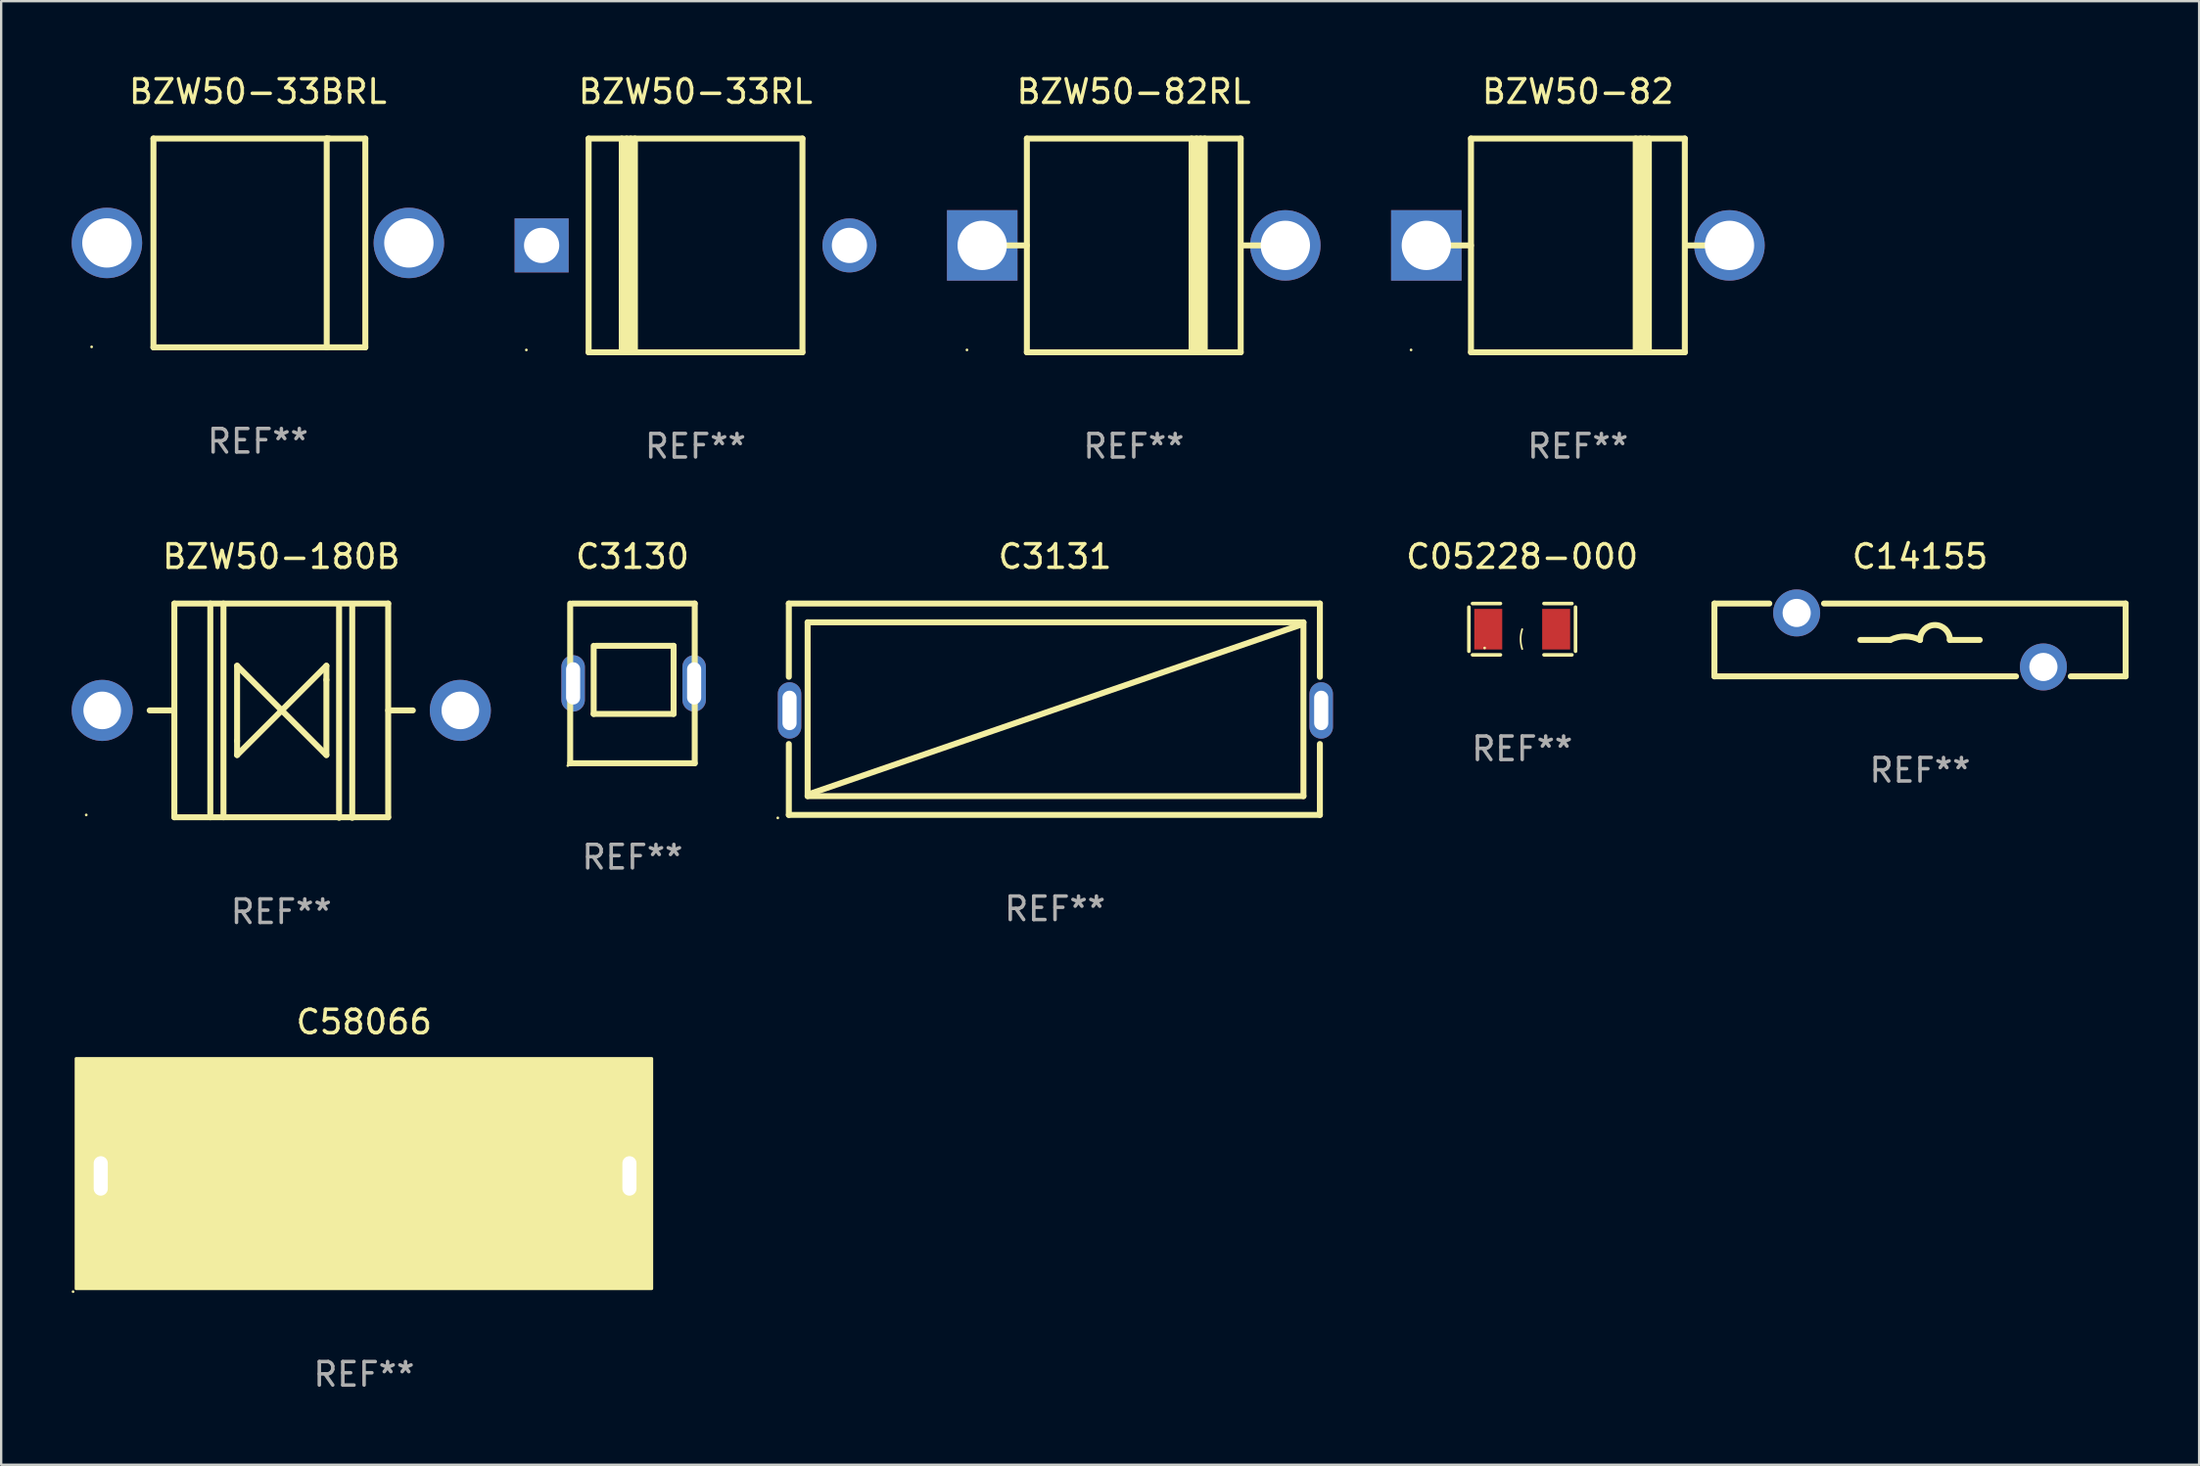
<source format=kicad_pcb>
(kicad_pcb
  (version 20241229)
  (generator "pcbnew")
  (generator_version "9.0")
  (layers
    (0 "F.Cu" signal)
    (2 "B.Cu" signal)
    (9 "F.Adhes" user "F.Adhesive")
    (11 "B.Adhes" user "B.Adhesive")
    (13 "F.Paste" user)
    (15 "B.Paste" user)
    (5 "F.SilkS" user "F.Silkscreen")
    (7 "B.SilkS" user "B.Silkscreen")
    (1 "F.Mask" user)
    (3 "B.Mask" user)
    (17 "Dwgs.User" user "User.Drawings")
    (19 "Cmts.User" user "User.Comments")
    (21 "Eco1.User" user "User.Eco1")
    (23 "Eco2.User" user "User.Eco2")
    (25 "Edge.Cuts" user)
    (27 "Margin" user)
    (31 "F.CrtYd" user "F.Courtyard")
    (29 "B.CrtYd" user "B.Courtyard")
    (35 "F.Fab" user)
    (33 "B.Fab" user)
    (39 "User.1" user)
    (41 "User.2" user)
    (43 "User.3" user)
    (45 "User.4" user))
  (footprint "C14155"
    (layer "F.Cu")
    (at 78.66 24.196)
    (property "Reference" "C14155" (at 0 -3.55 0) (layer "F.SilkS") (effects (font (size 1 1) (thickness 0.15))))
    (attr through_hole)
    (fp_line (start -8.75 -1.55) (end -6.414 -1.55) (stroke (width 0.254) (type solid)) (layer "F.SilkS"))
    (fp_line (start -8.75 1.55) (end -8.75 -1.55) (stroke (width 0.254) (type solid)) (layer "F.SilkS"))
    (fp_line (start -8.75 1.55) (end 4.086 1.55) (stroke (width 0.254) (type solid)) (layer "F.SilkS"))
    (fp_line (start -4.086 -1.55) (end 8.75 -1.55) (stroke (width 0.254) (type solid)) (layer "F.SilkS"))
    (fp_line (start -2.54 0) (end -1.27 0) (stroke (width 0.254) (type solid)) (layer "F.SilkS"))
    (fp_line (start 2.54 0) (end 1.27 0) (stroke (width 0.254) (type solid)) (layer "F.SilkS"))
    (fp_line (start 6.414 1.55) (end 8.75 1.55) (stroke (width 0.254) (type solid)) (layer "F.SilkS"))
    (fp_line (start 8.75 -1.55) (end 8.75 1.55) (stroke (width 0.254) (type solid)) (layer "F.SilkS"))
    (fp_arc (start -1.270003 0) (mid -0.635001 -0.149904) (end 0 0) (stroke (width 0.254001) (type solid)) (layer "F.SilkS"))
    (fp_arc (start -0.000001 0) (mid 0.635001 -0.635002) (end 1.270003 0) (stroke (width 0.254001) (type solid)) (layer "F.SilkS"))
    (fp_circle (center -8.75 -1.55) (end -8.72 -1.55) (stroke (width 0.06) (type solid)) (fill no) (layer "F.SilkS"))
    (fp_text user "REF**" (at 0 5.55 0) (layer "F.Fab") (effects (font (size 1 1) (thickness 0.15))))
    (pad "1" thru_hole circle (at -5.25 -1.15) (size 2 2) (drill 1.2) (layers "*.Cu" "*.Mask"))
    (pad "2" thru_hole circle (at 5.25 1.15) (size 2 2) (drill 1.2) (layers "*.Cu" "*.Mask")))
  (footprint "BZW50-82"
    (layer "F.Cu")
    (at 64.1 7.399)
    (property "Reference" "BZW50-82" (at 0 -6.551 0) (layer "F.SilkS") (effects (font (size 1 1) (thickness 0.15))))
    (attr through_hole)
    (fp_line (start -5.6 -0.001) (end -4.55 -0.001) (stroke (width 0.254) (type solid)) (layer "F.SilkS"))
    (fp_line (start -4.55 -4.551) (end -4.55 4.55) (stroke (width 0.254) (type solid)) (layer "F.SilkS"))
    (fp_line (start -4.55 -4.551) (end 4.55 -4.551) (stroke (width 0.254) (type solid)) (layer "F.SilkS"))
    (fp_line (start 2.46 4.55) (end 2.46 -4.551) (stroke (width 0.254) (type solid)) (layer "F.SilkS"))
    (fp_line (start 2.67 4.55) (end 2.67 -4.551) (stroke (width 0.254) (type solid)) (layer "F.SilkS"))
    (fp_line (start 2.841 4.551) (end 2.841 -4.55) (stroke (width 0.254) (type solid)) (layer "F.SilkS"))
    (fp_line (start 3.02 4.55) (end 3.02 -4.551) (stroke (width 0.254) (type solid)) (layer "F.SilkS"))
    (fp_line (start 4.55 4.55) (end 4.55 -4.551) (stroke (width 0.254) (type solid)) (layer "F.SilkS"))
    (fp_line (start 4.55 4.549) (end -4.55 4.549) (stroke (width 0.254) (type solid)) (layer "F.SilkS"))
    (fp_line (start 4.58 -0.001) (end 5.6 -0.001) (stroke (width 0.254) (type solid)) (layer "F.SilkS"))
    (fp_circle (center -7.1 4.449) (end -7.07 4.449) (stroke (width 0.06) (type solid)) (fill no) (layer "F.SilkS"))
    (fp_text user "REF**" (at 0 8.551 0) (layer "F.Fab") (effects (font (size 1 1) (thickness 0.15))))
    (pad "1" thru_hole rect (at -6.45 -0.001 180) (size 3 3) (drill 2.1) (layers "*.Cu" "*.Mask"))
    (pad "2" thru_hole circle (at 6.45 -0.001) (size 3 3) (drill 2.1) (layers "*.Cu" "*.Mask")))
  (footprint "BZW50-180B"
    (layer "F.Cu")
    (at 8.92 27.207)
    (property "Reference" "BZW50-180B" (at 0 -6.561 0) (layer "F.SilkS") (effects (font (size 1 1) (thickness 0.15))))
    (attr through_hole)
    (fp_line (start -4.58 -0.011) (end -5.6 -0.011) (stroke (width 0.254) (type solid)) (layer "F.SilkS"))
    (fp_line (start -4.55 -4.561) (end 4.55 -4.561) (stroke (width 0.254) (type solid)) (layer "F.SilkS"))
    (fp_line (start -4.55 -4.561) (end -4.55 4.539) (stroke (width 0.254) (type solid)) (layer "F.SilkS"))
    (fp_line (start -3.02 -4.561) (end -3.02 4.539) (stroke (width 0.254) (type solid)) (layer "F.SilkS"))
    (fp_line (start -2.46 -4.561) (end -2.46 4.539) (stroke (width 0.254) (type solid)) (layer "F.SilkS"))
    (fp_line (start -1.88 -1.911) (end 0.02 -0.011) (stroke (width 0.254) (type solid)) (layer "F.SilkS"))
    (fp_line (start -1.88 1.289) (end -1.88 -1.911) (stroke (width 0.254) (type solid)) (layer "F.SilkS"))
    (fp_line (start -1.88 1.889) (end -1.88 1.289) (stroke (width 0.254) (type solid)) (layer "F.SilkS"))
    (fp_line (start 0.02 -0.011) (end -1.88 1.889) (stroke (width 0.254) (type solid)) (layer "F.SilkS"))
    (fp_line (start 0.02 -0.011) (end 1.92 -1.911) (stroke (width 0.254) (type solid)) (layer "F.SilkS"))
    (fp_line (start 1.92 -1.911) (end 1.92 -1.311) (stroke (width 0.254) (type solid)) (layer "F.SilkS"))
    (fp_line (start 1.92 -1.311) (end 1.92 1.889) (stroke (width 0.254) (type solid)) (layer "F.SilkS"))
    (fp_line (start 1.92 1.889) (end 0.02 -0.011) (stroke (width 0.254) (type solid)) (layer "F.SilkS"))
    (fp_line (start 2.46 -4.539) (end 2.46 4.561) (stroke (width 0.254) (type solid)) (layer "F.SilkS"))
    (fp_line (start 3.02 -4.539) (end 3.02 4.561) (stroke (width 0.254) (type solid)) (layer "F.SilkS"))
    (fp_line (start 4.55 4.539) (end -4.55 4.539) (stroke (width 0.254) (type solid)) (layer "F.SilkS"))
    (fp_line (start 4.55 4.539) (end 4.55 -4.561) (stroke (width 0.254) (type solid)) (layer "F.SilkS"))
    (fp_line (start 5.6 -0.011) (end 4.55 -0.011) (stroke (width 0.254) (type solid)) (layer "F.SilkS"))
    (fp_circle (center -8.3 4.439) (end -8.27 4.439) (stroke (width 0.06) (type solid)) (fill no) (layer "F.SilkS"))
    (fp_text user "REF**" (at 0 8.561 0) (layer "F.Fab") (effects (font (size 1 1) (thickness 0.15))))
    (pad "1" thru_hole circle (at -7.62 -0.011) (size 2.6 2.6) (drill 1.6) (layers "*.Cu" "*.Mask"))
    (pad "2" thru_hole circle (at 7.62 -0.011) (size 2.6 2.6) (drill 1.6) (layers "*.Cu" "*.Mask")))
  (footprint "C3130"
    (layer "F.Cu")
    (at 23.865 26.046)
    (property "Reference" "C3130" (at 0 -5.4 0) (layer "F.SilkS") (effects (font (size 1 1) (thickness 0.15))))
    (attr through_hole)
    (fp_line (start -2.65 -3.4) (end -2.65 3.4) (stroke (width 0.254) (type solid)) (layer "F.SilkS"))
    (fp_line (start -2.65 3.4) (end 2.65 3.4) (stroke (width 0.254) (type solid)) (layer "F.SilkS"))
    (fp_line (start -1.65 1.3) (end -1.65 -1.6) (stroke (width 0.254) (type solid)) (layer "F.SilkS"))
    (fp_line (start -1.55 -1.6) (end 1.751 -1.6) (stroke (width 0.254) (type solid)) (layer "F.SilkS"))
    (fp_line (start 1.751 -1.6) (end 1.751 1.3) (stroke (width 0.254) (type solid)) (layer "F.SilkS"))
    (fp_line (start 1.751 1.3) (end -1.65 1.3) (stroke (width 0.254) (type solid)) (layer "F.SilkS"))
    (fp_line (start 2.65 -3.4) (end -2.55 -3.4) (stroke (width 0.254) (type solid)) (layer "F.SilkS"))
    (fp_line (start 2.65 3.4) (end 2.65 -3.4) (stroke (width 0.254) (type solid)) (layer "F.SilkS"))
    (fp_circle (center -2.75 3.5) (end -2.72 3.5) (stroke (width 0.06) (type solid)) (fill no) (layer "F.SilkS"))
    (fp_text user "REF**" (at 0 7.4 0) (layer "F.Fab") (effects (font (size 1 1) (thickness 0.15))))
    (pad "1" thru_hole oval (at -2.525 0 90) (size 2.4 1) (drill oval 1.8 0.6) (layers "*.Cu" "*.Mask"))
    (pad "1" thru_hole oval (at 2.625 0 90) (size 2.4 1) (drill oval 1.799 0.6) (layers "*.Cu" "*.Mask")))
  (footprint "BZW50-82RL"
    (layer "F.Cu")
    (at 45.2 7.399)
    (property "Reference" "BZW50-82RL" (at 0 -6.551 0) (layer "F.SilkS") (effects (font (size 1 1) (thickness 0.15))))
    (attr through_hole)
    (fp_line (start -5.6 -0.001) (end -4.55 -0.001) (stroke (width 0.254) (type solid)) (layer "F.SilkS"))
    (fp_line (start -4.55 -4.551) (end -4.55 4.55) (stroke (width 0.254) (type solid)) (layer "F.SilkS"))
    (fp_line (start -4.55 -4.551) (end 4.55 -4.551) (stroke (width 0.254) (type solid)) (layer "F.SilkS"))
    (fp_line (start 2.46 4.55) (end 2.46 -4.551) (stroke (width 0.254) (type solid)) (layer "F.SilkS"))
    (fp_line (start 2.67 4.55) (end 2.67 -4.551) (stroke (width 0.254) (type solid)) (layer "F.SilkS"))
    (fp_line (start 2.841 4.551) (end 2.841 -4.55) (stroke (width 0.254) (type solid)) (layer "F.SilkS"))
    (fp_line (start 3.02 4.55) (end 3.02 -4.551) (stroke (width 0.254) (type solid)) (layer "F.SilkS"))
    (fp_line (start 4.55 4.55) (end 4.55 -4.551) (stroke (width 0.254) (type solid)) (layer "F.SilkS"))
    (fp_line (start 4.55 4.549) (end -4.55 4.549) (stroke (width 0.254) (type solid)) (layer "F.SilkS"))
    (fp_line (start 4.58 -0.001) (end 5.6 -0.001) (stroke (width 0.254) (type solid)) (layer "F.SilkS"))
    (fp_circle (center -7.1 4.449) (end -7.07 4.449) (stroke (width 0.06) (type solid)) (fill no) (layer "F.SilkS"))
    (fp_text user "REF**" (at 0 8.551 0) (layer "F.Fab") (effects (font (size 1 1) (thickness 0.15))))
    (pad "1" thru_hole rect (at -6.45 -0.001 180) (size 3 3) (drill 2.1) (layers "*.Cu" "*.Mask"))
    (pad "2" thru_hole circle (at 6.45 -0.001) (size 3 3) (drill 2.1) (layers "*.Cu" "*.Mask")))
  (footprint "C58066"
    (layer "F.Cu")
    (at 12.444 46.965)
    (property "Reference" "C58066" (at 0 -6.5 0) (layer "F.SilkS") (effects (font (size 1 1) (thickness 0.15))))
    (attr through_hole)
    (fp_line (start -11.3 -4.5) (end -11.3 -1.38) (stroke (width 0.254) (type solid)) (layer "F.SilkS"))
    (fp_line (start -11.3 -4.5) (end 11.3 -4.5) (stroke (width 0.254) (type solid)) (layer "F.SilkS"))
    (fp_line (start -11.3 1.481) (end -11.3 4.5) (stroke (width 0.254) (type solid)) (layer "F.SilkS"))
    (fp_line (start -10.5 -3.7) (end 10.6 -3.7) (stroke (width 0.254) (type solid)) (layer "F.SilkS"))
    (fp_line (start -10.5 3.7) (end -10.5 -3.7) (stroke (width 0.254) (type solid)) (layer "F.SilkS"))
    (fp_line (start 10.5 -3.6) (end -10.4 3.6) (stroke (width 0.254) (type solid)) (layer "F.SilkS"))
    (fp_line (start 10.6 -3.7) (end 10.6 3.7) (stroke (width 0.254) (type solid)) (layer "F.SilkS"))
    (fp_line (start 10.6 3.7) (end -10.5 3.7) (stroke (width 0.254) (type solid)) (layer "F.SilkS"))
    (fp_line (start 11.3 -1.378) (end 11.3 -4.5) (stroke (width 0.254) (type solid)) (layer "F.SilkS"))
    (fp_line (start 11.3 4.5) (end -11.3 4.5) (stroke (width 0.254) (type solid)) (layer "F.SilkS"))
    (fp_line (start 11.3 4.5) (end 11.3 1.48) (stroke (width 0.254) (type solid)) (layer "F.SilkS"))
    (fp_circle (center -12.384 4.978) (end -12.354 4.978) (stroke (width 0.06) (type solid)) (fill no) (layer "F.SilkS"))
    (fp_poly (pts (xy -12.257 -4.949) (xy 12.243 -4.949) (xy 12.243 4.851) (xy -12.257 4.851)) (stroke (width 0.12) (type solid)) (fill yes) (layer "F.SilkS"))
    (fp_text user "REF**" (at 0 8.5 0) (layer "F.Fab") (effects (font (size 1 1) (thickness 0.15))))
    (pad "1" thru_hole oval (at -11.207 0.051) (size 1 2.4) (drill oval 0.6 1.68) (layers "*.Cu" "*.Mask"))
    (pad "2" thru_hole oval (at 11.293 0.051) (size 1 2.4) (drill oval 0.6 1.68) (layers "*.Cu" "*.Mask")))
  (footprint "C05228-000"
    (layer "F.Cu")
    (at 61.73 23.738)
    (property "Reference" "C05228-000" (at 0 -3.093 0) (layer "F.SilkS") (effects (font (size 1 1) (thickness 0.15))))
    (attr through_hole)
    (fp_line (start -2.269 -0.94) (end -2.269 0.94) (stroke (width 0.152) (type solid)) (layer "F.SilkS"))
    (fp_line (start -2.116 1.093) (end -0.926 1.093) (stroke (width 0.152) (type solid)) (layer "F.SilkS"))
    (fp_line (start -0.926 -1.093) (end -2.116 -1.093) (stroke (width 0.152) (type solid)) (layer "F.SilkS"))
    (fp_line (start 0.926 -1.093) (end 2.116 -1.093) (stroke (width 0.152) (type solid)) (layer "F.SilkS"))
    (fp_line (start 2.116 1.093) (end 0.926 1.093) (stroke (width 0.152) (type solid)) (layer "F.SilkS"))
    (fp_line (start 2.269 -0.94) (end 2.269 0.94) (stroke (width 0.152) (type solid)) (layer "F.SilkS"))
    (fp_arc (start 0 0.844951) (mid -0.068559 0.422475) (end 0 0) (stroke (width 0.0762) (type solid)) (layer "F.SilkS"))
    (fp_circle (center -1.6 0.8) (end -1.57 0.8) (stroke (width 0.06) (type solid)) (fill no) (layer "F.SilkS"))
    (fp_text user "REF**" (at 0 5.093 0) (layer "F.Fab") (effects (font (size 1 1) (thickness 0.15))))
    (pad "1" smd rect (at -1.445 0) (size 1.19 1.728) (layers "F.Cu" "F.Mask" "F.Paste"))
    (pad "2" smd rect (at 1.445 0) (size 1.19 1.728) (layers "F.Cu" "F.Mask" "F.Paste")))
  (footprint "BZW50-33BRL"
    (layer "F.Cu")
    (at 7.925 7.293)
    (property "Reference" "BZW50-33BRL" (at 0 -6.445 0) (layer "F.SilkS") (effects (font (size 1 1) (thickness 0.15))))
    (attr through_hole)
    (fp_line (start -4.445 -4.445) (end -4.445 4.445) (stroke (width 0.254) (type solid)) (layer "F.SilkS"))
    (fp_line (start -4.445 4.445) (end 4.572 4.445) (stroke (width 0.254) (type solid)) (layer "F.SilkS"))
    (fp_line (start 2.929 -4.445) (end 2.929 4.445) (stroke (width 0.254) (type solid)) (layer "F.SilkS"))
    (fp_line (start 3.029 -4.445) (end 2.929 -4.445) (stroke (width 0.254) (type solid)) (layer "F.SilkS"))
    (fp_line (start 4.572 -4.445) (end -4.445 -4.445) (stroke (width 0.254) (type solid)) (layer "F.SilkS"))
    (fp_line (start 4.572 4.445) (end 4.572 -4.445) (stroke (width 0.254) (type solid)) (layer "F.SilkS"))
    (fp_circle (center -7.075 4.425) (end -7.045 4.425) (stroke (width 0.06) (type solid)) (fill no) (layer "F.SilkS"))
    (fp_text user "REF**" (at 0 8.445 0) (layer "F.Fab") (effects (font (size 1 1) (thickness 0.15))))
    (pad "1" thru_hole circle (at -6.425 0) (size 3 3) (drill 2.1) (layers "*.Cu" "*.Mask"))
    (pad "2" thru_hole circle (at 6.425 0) (size 3 3) (drill 2.1) (layers "*.Cu" "*.Mask")))
  (footprint "C3131"
    (layer "F.Cu")
    (at 41.848 27.146)
    (property "Reference" "C3131" (at 0 -6.5 0) (layer "F.SilkS") (effects (font (size 1 1) (thickness 0.15))))
    (attr through_hole)
    (fp_line (start -11.328 -4.5) (end -11.328 -1.38) (stroke (width 0.254) (type solid)) (layer "F.SilkS"))
    (fp_line (start -11.328 -4.5) (end 11.272 -4.5) (stroke (width 0.254) (type solid)) (layer "F.SilkS"))
    (fp_line (start -11.328 1.481) (end -11.328 4.5) (stroke (width 0.254) (type solid)) (layer "F.SilkS"))
    (fp_line (start -10.528 -3.7) (end 10.572 -3.7) (stroke (width 0.254) (type solid)) (layer "F.SilkS"))
    (fp_line (start -10.528 3.7) (end -10.528 -3.7) (stroke (width 0.254) (type solid)) (layer "F.SilkS"))
    (fp_line (start 10.472 -3.6) (end -10.428 3.6) (stroke (width 0.254) (type solid)) (layer "F.SilkS"))
    (fp_line (start 10.572 -3.7) (end 10.572 3.7) (stroke (width 0.254) (type solid)) (layer "F.SilkS"))
    (fp_line (start 10.572 3.7) (end -10.528 3.7) (stroke (width 0.254) (type solid)) (layer "F.SilkS"))
    (fp_line (start 11.272 -1.378) (end 11.272 -4.5) (stroke (width 0.254) (type solid)) (layer "F.SilkS"))
    (fp_line (start 11.272 4.5) (end -11.328 4.5) (stroke (width 0.254) (type solid)) (layer "F.SilkS"))
    (fp_line (start 11.272 4.5) (end 11.272 1.48) (stroke (width 0.254) (type solid)) (layer "F.SilkS"))
    (fp_circle (center -11.798 4.627) (end -11.768 4.627) (stroke (width 0.06) (type solid)) (fill no) (layer "F.SilkS"))
    (fp_text user "REF**" (at 0 8.5 0) (layer "F.Fab") (effects (font (size 1 1) (thickness 0.15))))
    (pad "1" thru_hole oval (at -11.298 0.051) (size 1 2.4) (drill oval 0.6 1.68) (layers "*.Cu" "*.Mask"))
    (pad "2" thru_hole oval (at 11.328 0.051) (size 1 2.4) (drill oval 0.6 1.68) (layers "*.Cu" "*.Mask")))
  (footprint "BZW50-33RL"
    (layer "F.Cu")
    (at 26.55 7.399)
    (property "Reference" "BZW50-33RL" (at 0 -6.551 0) (layer "F.SilkS") (effects (font (size 1 1) (thickness 0.15))))
    (attr through_hole)
    (fp_line (start -4.55 -4.55) (end -4.55 4.55) (stroke (width 0.254) (type solid)) (layer "F.SilkS"))
    (fp_line (start -4.55 -4.55) (end 4.55 -4.55) (stroke (width 0.254) (type solid)) (layer "F.SilkS"))
    (fp_line (start -3.14 4.55) (end -3.14 -4.551) (stroke (width 0.254) (type solid)) (layer "F.SilkS"))
    (fp_line (start -2.93 4.55) (end -2.93 -4.551) (stroke (width 0.254) (type solid)) (layer "F.SilkS"))
    (fp_line (start -2.759 4.551) (end -2.759 -4.55) (stroke (width 0.254) (type solid)) (layer "F.SilkS"))
    (fp_line (start -2.58 4.55) (end -2.58 -4.551) (stroke (width 0.254) (type solid)) (layer "F.SilkS"))
    (fp_line (start 4.55 4.55) (end 4.55 -4.55) (stroke (width 0.254) (type solid)) (layer "F.SilkS"))
    (fp_line (start 4.55 4.549) (end -4.55 4.549) (stroke (width 0.254) (type solid)) (layer "F.SilkS"))
    (fp_circle (center -7.2 4.45) (end -7.17 4.45) (stroke (width 0.06) (type solid)) (fill no) (layer "F.SilkS"))
    (fp_text user "REF**" (at 0 8.551 0) (layer "F.Fab") (effects (font (size 1 1) (thickness 0.15))))
    (pad "1" thru_hole rect (at -6.55 -0.000483 180) (size 2.3 2.3) (drill 1.5) (layers "*.Cu" "*.Mask"))
    (pad "2" thru_hole circle (at 6.55 -0.000483) (size 2.3 2.3) (drill 1.5) (layers "*.Cu" "*.Mask")))
  (gr_rect
    (start -3 -3)
    (end 90.537 59.313)
    (stroke (width 0.1) (type default))
    (fill no)
    (layer "Edge.Cuts")))
</source>
